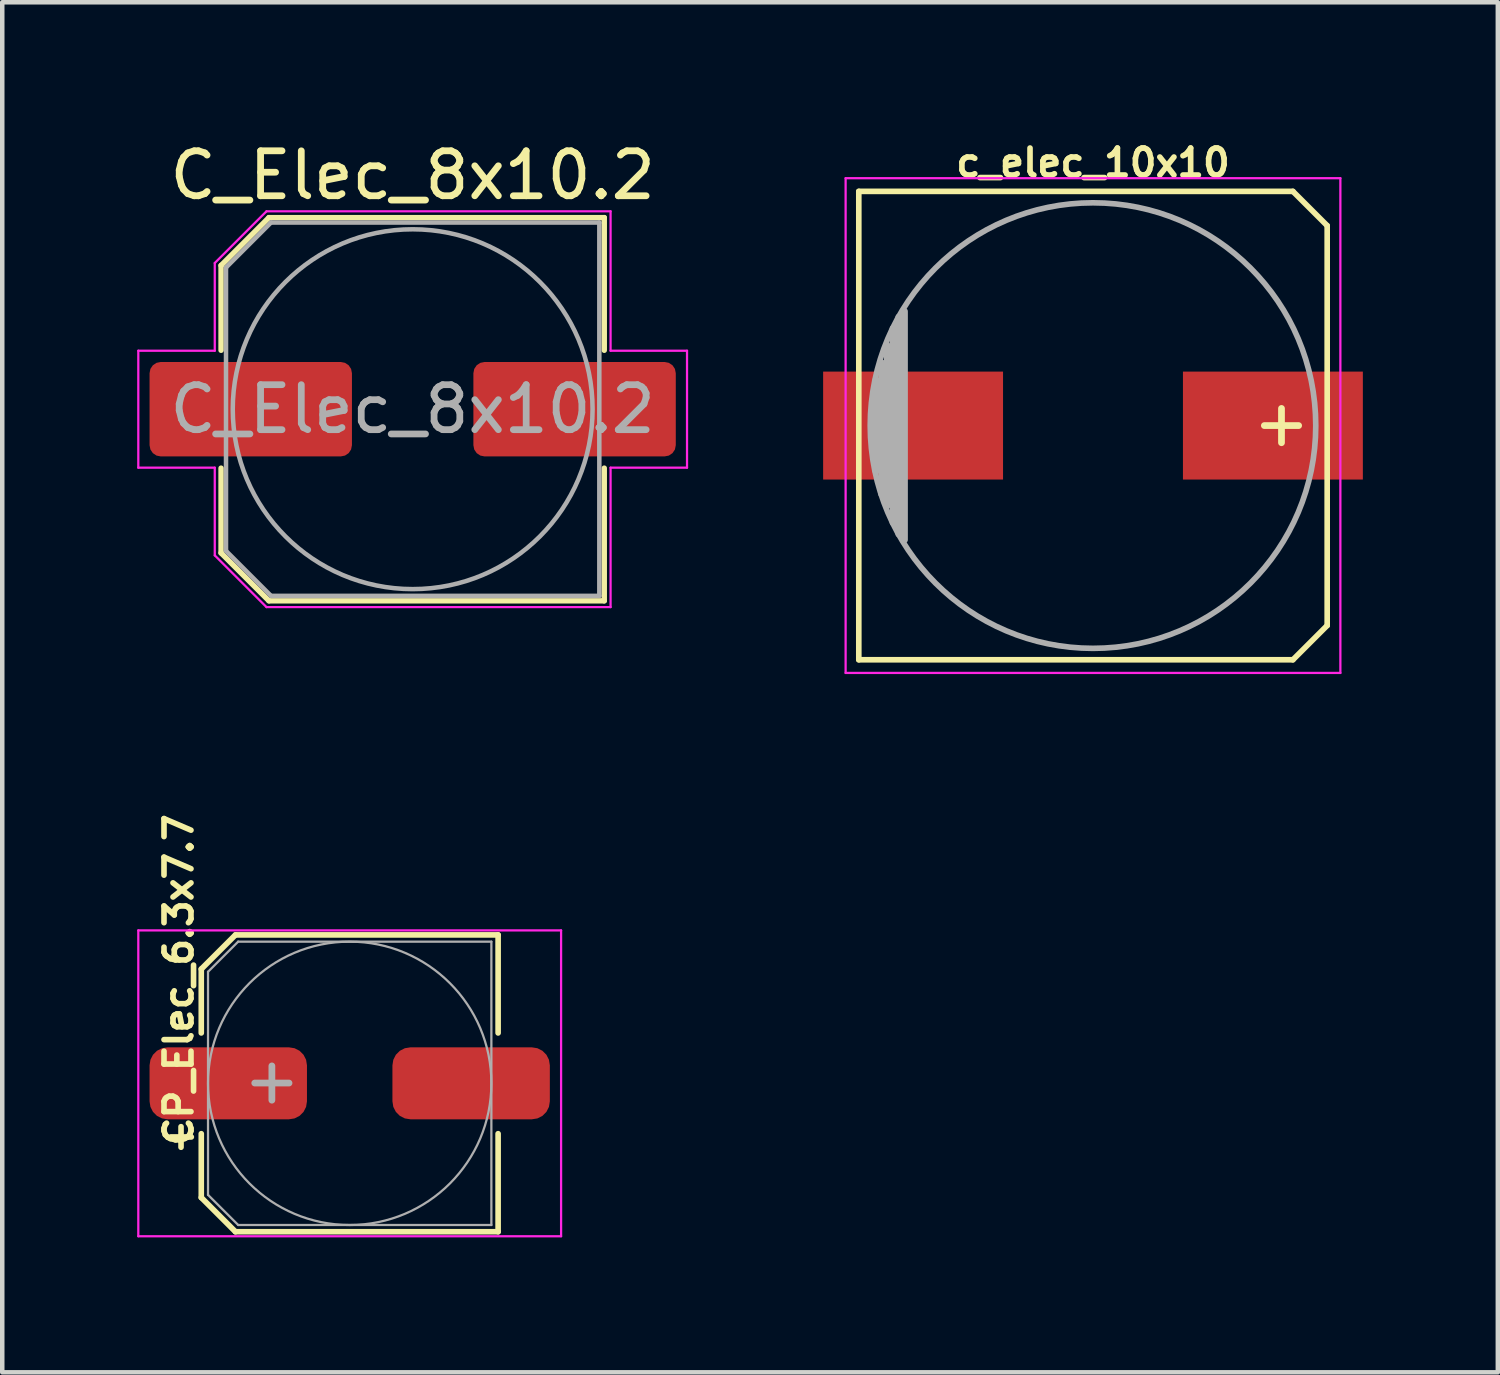
<source format=kicad_pcb>
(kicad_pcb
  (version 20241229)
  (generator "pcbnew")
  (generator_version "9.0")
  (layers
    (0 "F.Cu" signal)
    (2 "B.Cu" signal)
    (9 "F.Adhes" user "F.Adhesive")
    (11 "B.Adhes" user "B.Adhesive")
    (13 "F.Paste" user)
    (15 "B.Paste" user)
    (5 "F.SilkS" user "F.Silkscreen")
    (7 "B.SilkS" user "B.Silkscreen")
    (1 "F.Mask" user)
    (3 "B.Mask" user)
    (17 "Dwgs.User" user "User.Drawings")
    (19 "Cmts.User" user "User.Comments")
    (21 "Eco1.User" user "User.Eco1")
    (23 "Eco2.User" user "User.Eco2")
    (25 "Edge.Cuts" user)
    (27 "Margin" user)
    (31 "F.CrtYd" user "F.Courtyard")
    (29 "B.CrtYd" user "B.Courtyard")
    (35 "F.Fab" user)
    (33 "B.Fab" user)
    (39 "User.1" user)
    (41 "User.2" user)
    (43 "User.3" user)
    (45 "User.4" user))
  (footprint "c_elec_10x10"
    (layer "F.Cu")
    (at 21.251 6.412)
    (property "Reference" "c_elec_10x10" (at 0 -5.842 0) (layer "F.SilkS") (effects (font (size 0.6 0.6) (thickness 0.125))))
    (attr smd)
    (fp_line (start -5.207 -5.207) (end -5.207 5.207) (stroke (width 0.125) (type solid)) (layer "F.SilkS"))
    (fp_line (start -5.207 5.207) (end 4.445 5.207) (stroke (width 0.125) (type solid)) (layer "F.SilkS"))
    (fp_line (start 4.191 -0.381) (end 4.191 0.381) (stroke (width 0.15) (type solid)) (layer "F.SilkS"))
    (fp_line (start 4.445 -5.207) (end -5.207 -5.207) (stroke (width 0.125) (type solid)) (layer "F.SilkS"))
    (fp_line (start 4.445 5.207) (end 5.207 4.445) (stroke (width 0.125) (type solid)) (layer "F.SilkS"))
    (fp_line (start 4.572 0) (end 3.81 0) (stroke (width 0.15) (type solid)) (layer "F.SilkS"))
    (fp_line (start 5.207 -4.445) (end 4.445 -5.207) (stroke (width 0.125) (type solid)) (layer "F.SilkS"))
    (fp_line (start 5.207 4.445) (end 5.207 -4.445) (stroke (width 0.125) (type solid)) (layer "F.SilkS"))
    (fp_line (start -5.5 -5.5) (end 5.5 -5.5) (stroke (width 0.05) (type solid)) (layer "F.CrtYd"))
    (fp_line (start -5.5 5.5) (end -5.5 -5.5) (stroke (width 0.05) (type solid)) (layer "F.CrtYd"))
    (fp_line (start 5.5 -5.5) (end 5.5 5.5) (stroke (width 0.05) (type solid)) (layer "F.CrtYd"))
    (fp_line (start 5.5 5.5) (end -5.5 5.5) (stroke (width 0.05) (type solid)) (layer "F.CrtYd"))
    (fp_line (start -4.826 1.016) (end -4.826 -1.016) (stroke (width 0.15) (type solid)) (layer "F.Fab"))
    (fp_line (start -4.699 -1.397) (end -4.699 1.524) (stroke (width 0.15) (type solid)) (layer "F.Fab"))
    (fp_line (start -4.572 1.778) (end -4.572 -1.778) (stroke (width 0.15) (type solid)) (layer "F.Fab"))
    (fp_line (start -4.445 -2.159) (end -4.445 2.159) (stroke (width 0.15) (type solid)) (layer "F.Fab"))
    (fp_line (start -4.318 2.413) (end -4.318 -2.413) (stroke (width 0.15) (type solid)) (layer "F.Fab"))
    (fp_line (start -4.191 -2.54) (end -4.191 2.54) (stroke (width 0.15) (type solid)) (layer "F.Fab"))
    (fp_circle (center 0 0) (end 4.953 0) (stroke (width 0.125) (type solid)) (fill no) (layer "F.Fab"))
    (pad "1" smd rect (at 4 0) (size 4 2.4) (layers "F.Cu" "F.Mask" "F.Paste"))
    (pad "2" smd rect (at -4 0) (size 4 2.4) (layers "F.Cu" "F.Mask" "F.Paste")))
  (footprint "CP_Elec_6.3x7.7"
    (layer "F.Cu")
    (at 4.725 21.036)
    (property "Reference" "CP_Elec_6.3x7.7" (at -3.8 -2.3 90) (layer "F.SilkS") (effects (font (size 0.6 0.6) (thickness 0.125))))
    (attr smd)
    (fp_line (start -3.3 -2.54) (end -3.3 -1.12) (stroke (width 0.125) (type solid)) (layer "F.SilkS"))
    (fp_line (start -3.3 -2.54) (end -2.54 -3.3) (stroke (width 0.125) (type solid)) (layer "F.SilkS"))
    (fp_line (start -3.3 2.54) (end -3.3 1.12) (stroke (width 0.125) (type solid)) (layer "F.SilkS"))
    (fp_line (start -2.54 -3.3) (end 3.3 -3.3) (stroke (width 0.125) (type solid)) (layer "F.SilkS"))
    (fp_line (start -2.54 3.3) (end -3.3 2.54) (stroke (width 0.125) (type solid)) (layer "F.SilkS"))
    (fp_line (start 3.3 -3.3) (end 3.3 -1.12) (stroke (width 0.125) (type solid)) (layer "F.SilkS"))
    (fp_line (start 3.3 3.3) (end -2.54 3.3) (stroke (width 0.125) (type solid)) (layer "F.SilkS"))
    (fp_line (start 3.3 3.3) (end 3.3 1.12) (stroke (width 0.125) (type solid)) (layer "F.SilkS"))
    (fp_line (start -4.7 -3.4) (end -4.7 3.4) (stroke (width 0.05) (type solid)) (layer "F.CrtYd"))
    (fp_line (start -4.7 -3.4) (end 4.7 -3.4) (stroke (width 0.05) (type solid)) (layer "F.CrtYd"))
    (fp_line (start 4.7 3.4) (end -4.7 3.4) (stroke (width 0.05) (type solid)) (layer "F.CrtYd"))
    (fp_line (start 4.7 3.4) (end 4.7 -3.4) (stroke (width 0.05) (type solid)) (layer "F.CrtYd"))
    (fp_line (start -3.15 -2.48) (end -3.15 2.48) (stroke (width 0.05) (type solid)) (layer "F.Fab"))
    (fp_line (start -3.15 2.48) (end -2.48 3.15) (stroke (width 0.05) (type solid)) (layer "F.Fab"))
    (fp_line (start -2.48 -3.15) (end -3.15 -2.48) (stroke (width 0.05) (type solid)) (layer "F.Fab"))
    (fp_line (start -2.48 3.15) (end 3.15 3.15) (stroke (width 0.05) (type solid)) (layer "F.Fab"))
    (fp_line (start 3.15 -3.15) (end -2.48 -3.15) (stroke (width 0.05) (type solid)) (layer "F.Fab"))
    (fp_line (start 3.15 3.15) (end 3.15 -3.15) (stroke (width 0.05) (type solid)) (layer "F.Fab"))
    (fp_circle (center 0 0) (end 0 3.15) (stroke (width 0.05) (type solid)) (fill no) (layer "F.Fab"))
    (fp_text user "+" (at -3.75 1.15 0) (layer "F.SilkS") (effects (font (size 0.6 0.6) (thickness 0.125))))
    (fp_text user "+" (at -1.73 -0.08 0) (layer "F.Fab") (effects (font (size 1 1) (thickness 0.15))))
    (pad "1" smd roundrect (at -2.7 0 180) (size 3.5 1.6) (layers "F.Cu" "F.Mask" "F.Paste") (roundrect_rratio 0.25))
    (pad "2" smd roundrect (at 2.7 0 180) (size 3.5 1.6) (layers "F.Cu" "F.Mask" "F.Paste") (roundrect_rratio 0.25)))
  (footprint "C_Elec_8x10.2"
    (layer "F.Cu")
    (at 6.125 6.048)
    (property "Reference" "C_Elec_8x10.2" (at 0 -5.2 0) (layer "F.SilkS") (effects (font (size 1 1) (thickness 0.15))))
    (attr smd)
    (fp_line (start -4.26 -3.196) (end -4.26 -1.31) (stroke (width 0.12) (type solid)) (layer "F.SilkS"))
    (fp_line (start -4.26 -3.196) (end -3.196 -4.26) (stroke (width 0.12) (type solid)) (layer "F.SilkS"))
    (fp_line (start -4.26 3.196) (end -4.26 1.31) (stroke (width 0.12) (type solid)) (layer "F.SilkS"))
    (fp_line (start -4.26 3.196) (end -3.196 4.26) (stroke (width 0.12) (type solid)) (layer "F.SilkS"))
    (fp_line (start -3.196 -4.26) (end 4.26 -4.26) (stroke (width 0.12) (type solid)) (layer "F.SilkS"))
    (fp_line (start -3.196 4.26) (end 4.26 4.26) (stroke (width 0.12) (type solid)) (layer "F.SilkS"))
    (fp_line (start 4.26 -4.26) (end 4.26 -1.31) (stroke (width 0.12) (type solid)) (layer "F.SilkS"))
    (fp_line (start 4.26 4.26) (end 4.26 1.31) (stroke (width 0.12) (type solid)) (layer "F.SilkS"))
    (fp_line (start -6.1 -1.3) (end -6.1 1.3) (stroke (width 0.05) (type solid)) (layer "F.CrtYd"))
    (fp_line (start -6.1 1.3) (end -4.4 1.3) (stroke (width 0.05) (type solid)) (layer "F.CrtYd"))
    (fp_line (start -4.4 -3.25) (end -4.4 -1.3) (stroke (width 0.05) (type solid)) (layer "F.CrtYd"))
    (fp_line (start -4.4 -3.25) (end -3.25 -4.4) (stroke (width 0.05) (type solid)) (layer "F.CrtYd"))
    (fp_line (start -4.4 -1.3) (end -6.1 -1.3) (stroke (width 0.05) (type solid)) (layer "F.CrtYd"))
    (fp_line (start -4.4 1.3) (end -4.4 3.25) (stroke (width 0.05) (type solid)) (layer "F.CrtYd"))
    (fp_line (start -4.4 3.25) (end -3.25 4.4) (stroke (width 0.05) (type solid)) (layer "F.CrtYd"))
    (fp_line (start -3.25 -4.4) (end 4.4 -4.4) (stroke (width 0.05) (type solid)) (layer "F.CrtYd"))
    (fp_line (start -3.25 4.4) (end 4.4 4.4) (stroke (width 0.05) (type solid)) (layer "F.CrtYd"))
    (fp_line (start 4.4 -4.4) (end 4.4 -1.3) (stroke (width 0.05) (type solid)) (layer "F.CrtYd"))
    (fp_line (start 4.4 -1.3) (end 6.1 -1.3) (stroke (width 0.05) (type solid)) (layer "F.CrtYd"))
    (fp_line (start 4.4 1.3) (end 4.4 4.4) (stroke (width 0.05) (type solid)) (layer "F.CrtYd"))
    (fp_line (start 6.1 -1.3) (end 6.1 1.3) (stroke (width 0.05) (type solid)) (layer "F.CrtYd"))
    (fp_line (start 6.1 1.3) (end 4.4 1.3) (stroke (width 0.05) (type solid)) (layer "F.CrtYd"))
    (fp_line (start -4.15 -3.15) (end -4.15 3.15) (stroke (width 0.1) (type solid)) (layer "F.Fab"))
    (fp_line (start -4.15 -3.15) (end -3.15 -4.15) (stroke (width 0.1) (type solid)) (layer "F.Fab"))
    (fp_line (start -4.15 3.15) (end -3.15 4.15) (stroke (width 0.1) (type solid)) (layer "F.Fab"))
    (fp_line (start -3.15 -4.15) (end 4.15 -4.15) (stroke (width 0.1) (type solid)) (layer "F.Fab"))
    (fp_line (start -3.15 4.15) (end 4.15 4.15) (stroke (width 0.1) (type solid)) (layer "F.Fab"))
    (fp_line (start 4.15 -4.15) (end 4.15 4.15) (stroke (width 0.1) (type solid)) (layer "F.Fab"))
    (fp_circle (center 0 0) (end 4 0) (stroke (width 0.1) (type solid)) (fill no) (layer "F.Fab"))
    (fp_text user "${REFERENCE}" (at 0 0 0) (layer "F.Fab") (effects (font (size 1 1) (thickness 0.15))))
    (pad "1" smd roundrect (at -3.6 0) (size 4.5 2.1) (layers "F.Cu" "F.Mask" "F.Paste") (roundrect_rratio 0.119))
    (pad "2" smd roundrect (at 3.6 0) (size 4.5 2.1) (layers "F.Cu" "F.Mask" "F.Paste") (roundrect_rratio 0.119)))
  (gr_rect
    (start -3 -3)
    (end 30.252 27.461)
    (stroke (width 0.1) (type default))
    (fill no)
    (layer "Edge.Cuts")))
</source>
